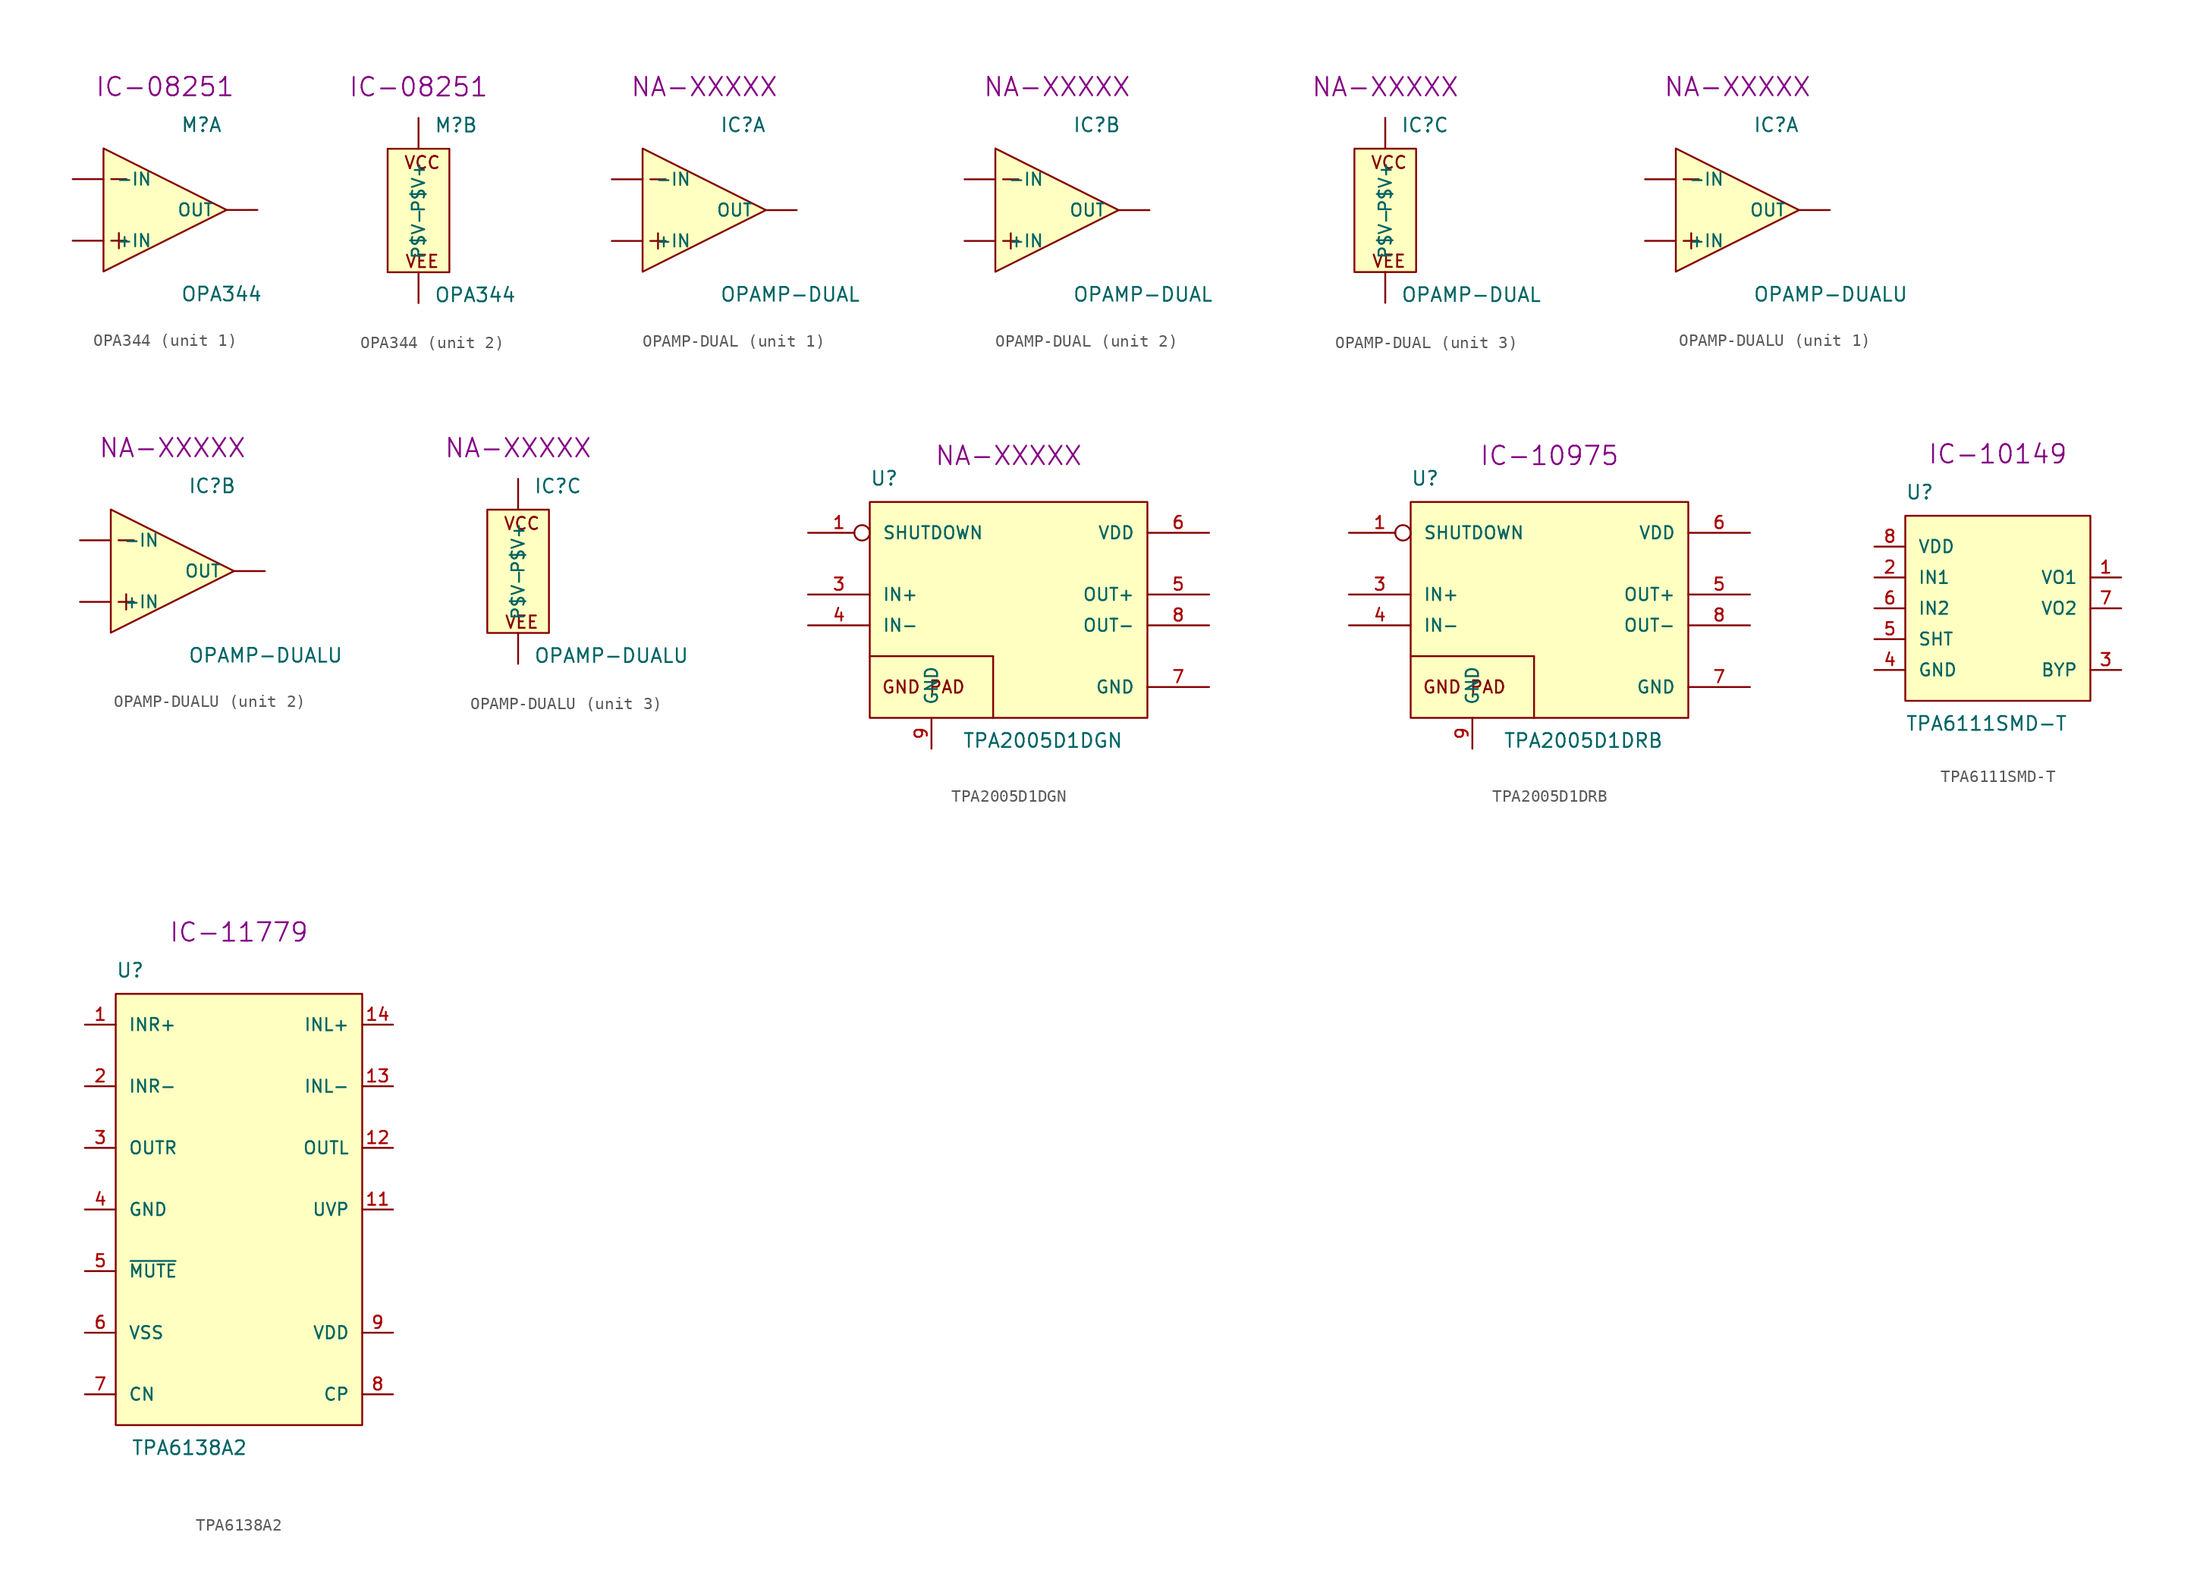
<source format=kicad_sym>
(kicad_symbol_lib
  (version 20201005)
  (generator kicad_symbol_editor)
  (symbol "OPA344"
    (pin_numbers hide)
    (pin_names
      (offset 1.016))
    (property "Reference" "M"
      (at 1.27 6.35 0)
      (effects (font (size 1.143 1.143)) (justify left bottom)))
    (property "Value" "OPA344"
      (at 1.27 -7.62 0)
      (effects (font (size 1.143 1.143)) (justify left bottom)))
    (property "Field4" "IC-08251"
      (at 0 10.16 0)
      (effects (font (size 1.524 1.524))))
    (property "ki_locked" ""
      (at 0 0 0)
      (effects (font (size 1.27 1.27))))
    (symbol "OPA344_1_0"
      (polyline (pts (xy -4.445 -2.54) (xy -3.175 -2.54)) (stroke (width 0)) (fill (type none)))
      (polyline (pts (xy -4.445 2.54) (xy -3.175 2.54)) (stroke (width 0)) (fill (type none)))
      (polyline (pts (xy -3.81 -1.905) (xy -3.81 -3.175)) (stroke (width 0)) (fill (type none))))
    (symbol "OPA344_1_1"
      (polyline (pts (xy 5.08 0) (xy -5.08 5.08) (xy -5.08 -5.08) (xy 5.08 0)) (stroke (width 0)) (fill (type background)))
      (pin output line (at 7.62 0 180) (length 2.54) (name "OUT" (effects (font (size 1.016 1.016)))) (number "1" (effects (font (size 1.016 1.016)))))
      (pin input line (at -7.62 -2.54 0) (length 2.54) (name "+IN" (effects (font (size 1.016 1.016)))) (number "3" (effects (font (size 1.016 1.016)))))
      (pin input line (at -7.62 2.54 0) (length 2.54) (name "-IN" (effects (font (size 1.016 1.016)))) (number "4" (effects (font (size 1.016 1.016))))))
    (symbol "OPA344_2_0"
      (text "VCC" (at 0.305 3.937 0) (effects (font (size 1.016 1.016))))
      (text "VEE" (at 0.305 -4.191 0) (effects (font (size 1.016 1.016)))))
    (symbol "OPA344_2_1"
      (polyline (pts (xy -2.54 5.08) (xy 2.54 5.08) (xy 2.54 -5.08) (xy -2.54 -5.08) (xy -2.54 5.08)) (stroke (width 0)) (fill (type background)))
      (pin bidirectional line (at 0 -7.62 90) (length 2.54) (name "P$V-" (effects (font (size 1.016 1.016)))) (number "2" (effects (font (size 1.016 1.016)))))
      (pin bidirectional line (at 0 7.62 270) (length 2.54) (name "P$V+" (effects (font (size 1.016 1.016)))) (number "5" (effects (font (size 1.016 1.016)))))))
  (symbol "OPAMP-DUAL"
    (pin_numbers hide)
    (pin_names
      (offset 1.016))
    (property "Reference" "IC"
      (at 1.27 6.35 0)
      (effects (font (size 1.143 1.143)) (justify left bottom)))
    (property "Value" "OPAMP-DUAL"
      (at 1.27 -7.62 0)
      (effects (font (size 1.143 1.143)) (justify left bottom)))
    (property "Field4" "NA-XXXXX"
      (at 0 10.16 0)
      (effects (font (size 1.524 1.524))))
    (property "ki_locked" ""
      (at 0 0 0)
      (effects (font (size 1.27 1.27))))
    (symbol "OPAMP-DUAL_1_0"
      (polyline (pts (xy -4.445 -2.54) (xy -3.175 -2.54)) (stroke (width 0)) (fill (type none)))
      (polyline (pts (xy -4.445 2.54) (xy -3.175 2.54)) (stroke (width 0)) (fill (type none)))
      (polyline (pts (xy -3.81 -1.905) (xy -3.81 -3.175)) (stroke (width 0)) (fill (type none))))
    (symbol "OPAMP-DUAL_1_1"
      (polyline (pts (xy 5.08 0) (xy -5.08 5.08) (xy -5.08 -5.08) (xy 5.08 0)) (stroke (width 0)) (fill (type background)))
      (pin output line (at 7.62 0 180) (length 2.54) (name "OUT" (effects (font (size 1.016 1.016)))) (number "1" (effects (font (size 1.016 1.016)))))
      (pin input line (at -7.62 2.54 0) (length 2.54) (name "-IN" (effects (font (size 1.016 1.016)))) (number "2" (effects (font (size 1.016 1.016)))))
      (pin input line (at -7.62 -2.54 0) (length 2.54) (name "+IN" (effects (font (size 1.016 1.016)))) (number "3" (effects (font (size 1.016 1.016))))))
    (symbol "OPAMP-DUAL_2_0"
      (polyline (pts (xy -4.445 -2.54) (xy -3.175 -2.54)) (stroke (width 0)) (fill (type none)))
      (polyline (pts (xy -4.445 2.54) (xy -3.175 2.54)) (stroke (width 0)) (fill (type none)))
      (polyline (pts (xy -3.81 -1.905) (xy -3.81 -3.175)) (stroke (width 0)) (fill (type none))))
    (symbol "OPAMP-DUAL_2_1"
      (polyline (pts (xy 5.08 0) (xy -5.08 5.08) (xy -5.08 -5.08) (xy 5.08 0)) (stroke (width 0)) (fill (type background)))
      (pin input line (at -7.62 -2.54 0) (length 2.54) (name "+IN" (effects (font (size 1.016 1.016)))) (number "5" (effects (font (size 1.016 1.016)))))
      (pin input line (at -7.62 2.54 0) (length 2.54) (name "-IN" (effects (font (size 1.016 1.016)))) (number "6" (effects (font (size 1.016 1.016)))))
      (pin output line (at 7.62 0 180) (length 2.54) (name "OUT" (effects (font (size 1.016 1.016)))) (number "7" (effects (font (size 1.016 1.016))))))
    (symbol "OPAMP-DUAL_3_0"
      (text "VCC" (at 0.305 3.937 0) (effects (font (size 1.016 1.016))))
      (text "VEE" (at 0.305 -4.191 0) (effects (font (size 1.016 1.016)))))
    (symbol "OPAMP-DUAL_3_1"
      (polyline (pts (xy -2.54 5.08) (xy 2.54 5.08) (xy 2.54 -5.08) (xy -2.54 -5.08) (xy -2.54 5.08)) (stroke (width 0)) (fill (type background)))
      (pin bidirectional line (at 0 -7.62 90) (length 2.54) (name "P$V-" (effects (font (size 1.016 1.016)))) (number "4" (effects (font (size 1.016 1.016)))))
      (pin bidirectional line (at 0 7.62 270) (length 2.54) (name "P$V+" (effects (font (size 1.016 1.016)))) (number "8" (effects (font (size 1.016 1.016)))))))
  (symbol "OPAMP-DUALU"
    (pin_numbers hide)
    (pin_names
      (offset 1.016))
    (property "Reference" "IC"
      (at 1.27 6.35 0)
      (effects (font (size 1.143 1.143)) (justify left bottom)))
    (property "Value" "OPAMP-DUALU"
      (at 1.27 -7.62 0)
      (effects (font (size 1.143 1.143)) (justify left bottom)))
    (property "Field4" "NA-XXXXX"
      (at 0 10.16 0)
      (effects (font (size 1.524 1.524))))
    (property "ki_locked" ""
      (at 0 0 0)
      (effects (font (size 1.27 1.27))))
    (symbol "OPAMP-DUALU_1_0"
      (polyline (pts (xy -4.445 -2.54) (xy -3.175 -2.54)) (stroke (width 0)) (fill (type none)))
      (polyline (pts (xy -4.445 2.54) (xy -3.175 2.54)) (stroke (width 0)) (fill (type none)))
      (polyline (pts (xy -3.81 -1.905) (xy -3.81 -3.175)) (stroke (width 0)) (fill (type none))))
    (symbol "OPAMP-DUALU_1_1"
      (polyline (pts (xy 5.08 0) (xy -5.08 5.08) (xy -5.08 -5.08) (xy 5.08 0)) (stroke (width 0)) (fill (type background)))
      (pin output line (at 7.62 0 180) (length 2.54) (name "OUT" (effects (font (size 1.016 1.016)))) (number "1" (effects (font (size 1.016 1.016)))))
      (pin input line (at -7.62 2.54 0) (length 2.54) (name "-IN" (effects (font (size 1.016 1.016)))) (number "2" (effects (font (size 1.016 1.016)))))
      (pin input line (at -7.62 -2.54 0) (length 2.54) (name "+IN" (effects (font (size 1.016 1.016)))) (number "3" (effects (font (size 1.016 1.016))))))
    (symbol "OPAMP-DUALU_2_0"
      (polyline (pts (xy -4.445 -2.54) (xy -3.175 -2.54)) (stroke (width 0)) (fill (type none)))
      (polyline (pts (xy -4.445 2.54) (xy -3.175 2.54)) (stroke (width 0)) (fill (type none)))
      (polyline (pts (xy -3.81 -1.905) (xy -3.81 -3.175)) (stroke (width 0)) (fill (type none))))
    (symbol "OPAMP-DUALU_2_1"
      (polyline (pts (xy 5.08 0) (xy -5.08 5.08) (xy -5.08 -5.08) (xy 5.08 0)) (stroke (width 0)) (fill (type background)))
      (pin input line (at -7.62 -2.54 0) (length 2.54) (name "+IN" (effects (font (size 1.016 1.016)))) (number "5" (effects (font (size 1.016 1.016)))))
      (pin input line (at -7.62 2.54 0) (length 2.54) (name "-IN" (effects (font (size 1.016 1.016)))) (number "6" (effects (font (size 1.016 1.016)))))
      (pin output line (at 7.62 0 180) (length 2.54) (name "OUT" (effects (font (size 1.016 1.016)))) (number "7" (effects (font (size 1.016 1.016))))))
    (symbol "OPAMP-DUALU_3_0"
      (text "VCC" (at 0.305 3.937 0) (effects (font (size 1.016 1.016))))
      (text "VEE" (at 0.305 -4.191 0) (effects (font (size 1.016 1.016)))))
    (symbol "OPAMP-DUALU_3_1"
      (polyline (pts (xy -2.54 5.08) (xy 2.54 5.08) (xy 2.54 -5.08) (xy -2.54 -5.08) (xy -2.54 5.08)) (stroke (width 0)) (fill (type background)))
      (pin bidirectional line (at 0 -7.62 90) (length 2.54) (name "P$V-" (effects (font (size 1.016 1.016)))) (number "4" (effects (font (size 1.016 1.016)))))
      (pin bidirectional line (at 0 7.62 270) (length 2.54) (name "P$V+" (effects (font (size 1.016 1.016)))) (number "8" (effects (font (size 1.016 1.016)))))))
  (symbol "TPA2005D1DGN"
    (pin_names
      (offset 1.016))
    (property "Reference" "U"
      (at -11.43 8.89 0)
      (effects (font (size 1.143 1.143)) (justify left bottom)))
    (property "Value" "TPA2005D1DGN"
      (at -3.81 -12.7 0)
      (effects (font (size 1.143 1.143)) (justify left bottom)))
    (property "Field4" "NA-XXXXX"
      (at 0 11.43 0)
      (effects (font (size 1.524 1.524))))
    (property "ki_locked" ""
      (at 0 0 0)
      (effects (font (size 1.27 1.27))))
    (symbol "TPA2005D1DGN_1_0"
      (text "GND PAD" (at -7.01 -7.62 0) (effects (font (size 1.016 1.016))))
      (polyline (pts (xy -11.43 -5.08) (xy -1.27 -5.08)) (stroke (width 0)) (fill (type none)))
      (polyline (pts (xy -1.27 -5.08) (xy -1.27 -10.16)) (stroke (width 0)) (fill (type none))))
    (symbol "TPA2005D1DGN_1_1"
      (polyline (pts (xy -11.43 7.62) (xy -11.43 -5.08) (xy -11.43 -10.16) (xy -1.27 -10.16) (xy 11.43 -10.16) (xy 11.43 7.62) (xy -11.43 7.62)) (stroke (width 0)) (fill (type background)))
      (pin input inverted (at -16.51 5.08 0) (length 5.08) (name "SHUTDOWN" (effects (font (size 1.016 1.016)))) (number "1" (effects (font (size 1.016 1.016)))))
      (pin bidirectional line (at -16.51 0 0) (length 5.08) (name "IN+" (effects (font (size 1.016 1.016)))) (number "3" (effects (font (size 1.016 1.016)))))
      (pin bidirectional line (at -16.51 -2.54 0) (length 5.08) (name "IN-" (effects (font (size 1.016 1.016)))) (number "4" (effects (font (size 1.016 1.016)))))
      (pin bidirectional line (at 16.51 0 180) (length 5.08) (name "OUT+" (effects (font (size 1.016 1.016)))) (number "5" (effects (font (size 1.016 1.016)))))
      (pin power_in line (at 16.51 5.08 180) (length 5.08) (name "VDD" (effects (font (size 1.016 1.016)))) (number "6" (effects (font (size 1.016 1.016)))))
      (pin power_in line (at 16.51 -7.62 180) (length 5.08) (name "GND" (effects (font (size 1.016 1.016)))) (number "7" (effects (font (size 1.016 1.016)))))
      (pin bidirectional line (at 16.51 -2.54 180) (length 5.08) (name "OUT-" (effects (font (size 1.016 1.016)))) (number "8" (effects (font (size 1.016 1.016)))))
      (pin power_in line (at -6.35 -12.7 90) (length 2.54) (name "GND" (effects (font (size 1.016 1.016)))) (number "9" (effects (font (size 1.016 1.016)))))))
  (symbol "TPA2005D1DRB"
    (pin_names
      (offset 1.016))
    (property "Reference" "U"
      (at -11.43 8.89 0)
      (effects (font (size 1.143 1.143)) (justify left bottom)))
    (property "Value" "TPA2005D1DRB"
      (at -3.81 -12.7 0)
      (effects (font (size 1.143 1.143)) (justify left bottom)))
    (property "Field4" "IC-10975"
      (at 0 11.43 0)
      (effects (font (size 1.524 1.524))))
    (property "ki_locked" ""
      (at 0 0 0)
      (effects (font (size 1.27 1.27))))
    (symbol "TPA2005D1DRB_1_0"
      (text "GND PAD" (at -7.01 -7.62 0) (effects (font (size 1.016 1.016))))
      (polyline (pts (xy -11.43 -5.08) (xy -1.27 -5.08)) (stroke (width 0)) (fill (type none)))
      (polyline (pts (xy -1.27 -5.08) (xy -1.27 -10.16)) (stroke (width 0)) (fill (type none))))
    (symbol "TPA2005D1DRB_1_1"
      (polyline (pts (xy -11.43 7.62) (xy -11.43 -5.08) (xy -11.43 -10.16) (xy -1.27 -10.16) (xy 11.43 -10.16) (xy 11.43 7.62) (xy -11.43 7.62)) (stroke (width 0)) (fill (type background)))
      (pin input inverted (at -16.51 5.08 0) (length 5.08) (name "SHUTDOWN" (effects (font (size 1.016 1.016)))) (number "1" (effects (font (size 1.016 1.016)))))
      (pin bidirectional line (at -16.51 0 0) (length 5.08) (name "IN+" (effects (font (size 1.016 1.016)))) (number "3" (effects (font (size 1.016 1.016)))))
      (pin bidirectional line (at -16.51 -2.54 0) (length 5.08) (name "IN-" (effects (font (size 1.016 1.016)))) (number "4" (effects (font (size 1.016 1.016)))))
      (pin bidirectional line (at 16.51 0 180) (length 5.08) (name "OUT+" (effects (font (size 1.016 1.016)))) (number "5" (effects (font (size 1.016 1.016)))))
      (pin power_in line (at 16.51 5.08 180) (length 5.08) (name "VDD" (effects (font (size 1.016 1.016)))) (number "6" (effects (font (size 1.016 1.016)))))
      (pin power_in line (at 16.51 -7.62 180) (length 5.08) (name "GND" (effects (font (size 1.016 1.016)))) (number "7" (effects (font (size 1.016 1.016)))))
      (pin bidirectional line (at 16.51 -2.54 180) (length 5.08) (name "OUT-" (effects (font (size 1.016 1.016)))) (number "8" (effects (font (size 1.016 1.016)))))
      (pin power_in line (at -6.35 -12.7 90) (length 2.54) (name "GND" (effects (font (size 1.016 1.016)))) (number "9" (effects (font (size 1.016 1.016)))))
      (pin power_in line (at -6.35 -12.7 90) (length 2.54) hide (name "GND" (effects (font (size 1.016 1.016)))) (number "10" (effects (font (size 1.016 1.016)))))
      (pin power_in line (at -6.35 -12.7 90) (length 2.54) hide (name "GND" (effects (font (size 1.016 1.016)))) (number "11" (effects (font (size 1.016 1.016)))))
      (pin power_in line (at -6.35 -12.7 90) (length 2.54) hide (name "GND" (effects (font (size 1.016 1.016)))) (number "12" (effects (font (size 1.016 1.016)))))
      (pin power_in line (at -6.35 -12.7 90) (length 2.54) hide (name "GND" (effects (font (size 1.016 1.016)))) (number "13" (effects (font (size 1.016 1.016)))))))
  (symbol "TPA6111SMD-T"
    (pin_names
      (offset 1.016))
    (property "Reference" "U"
      (at -7.62 6.35 0)
      (effects (font (size 1.143 1.143)) (justify left bottom)))
    (property "Value" "TPA6111SMD-T"
      (at -7.62 -12.7 0)
      (effects (font (size 1.143 1.143)) (justify left bottom)))
    (property "Field4" "IC-10149"
      (at 0 10.16 0)
      (effects (font (size 1.524 1.524))))
    (property "ki_locked" ""
      (at 0 0 0)
      (effects (font (size 1.27 1.27))))
    (symbol "TPA6111SMD-T_1_1"
      (polyline (pts (xy -7.62 5.08) (xy 7.62 5.08) (xy 7.62 -10.16) (xy -7.62 -10.16) (xy -7.62 5.08)) (stroke (width 0)) (fill (type background)))
      (pin bidirectional line (at 10.16 0 180) (length 2.54) (name "VO1" (effects (font (size 1.016 1.016)))) (number "1" (effects (font (size 1.016 1.016)))))
      (pin bidirectional line (at -10.16 0 0) (length 2.54) (name "IN1" (effects (font (size 1.016 1.016)))) (number "2" (effects (font (size 1.016 1.016)))))
      (pin bidirectional line (at 10.16 -7.62 180) (length 2.54) (name "BYP" (effects (font (size 1.016 1.016)))) (number "3" (effects (font (size 1.016 1.016)))))
      (pin bidirectional line (at -10.16 -7.62 0) (length 2.54) (name "GND" (effects (font (size 1.016 1.016)))) (number "4" (effects (font (size 1.016 1.016)))))
      (pin bidirectional line (at -10.16 -5.08 0) (length 2.54) (name "SHT" (effects (font (size 1.016 1.016)))) (number "5" (effects (font (size 1.016 1.016)))))
      (pin bidirectional line (at -10.16 -2.54 0) (length 2.54) (name "IN2" (effects (font (size 1.016 1.016)))) (number "6" (effects (font (size 1.016 1.016)))))
      (pin bidirectional line (at 10.16 -2.54 180) (length 2.54) (name "VO2" (effects (font (size 1.016 1.016)))) (number "7" (effects (font (size 1.016 1.016)))))
      (pin bidirectional line (at -10.16 2.54 0) (length 2.54) (name "VDD" (effects (font (size 1.016 1.016)))) (number "8" (effects (font (size 1.016 1.016)))))))
  (symbol "TPA6138A2"
    (pin_names
      (offset 1.016))
    (property "Reference" "U"
      (at -10.16 19.05 0)
      (effects (font (size 1.143 1.143)) (justify left bottom)))
    (property "Value" "TPA6138A2"
      (at -8.89 -20.32 0)
      (effects (font (size 1.143 1.143)) (justify left bottom)))
    (property "Field4" "IC-11779"
      (at 0 22.86 0)
      (effects (font (size 1.524 1.524))))
    (property "ki_locked" ""
      (at 0 0 0)
      (effects (font (size 1.27 1.27))))
    (symbol "TPA6138A2_1_1"
      (polyline (pts (xy -10.16 17.78) (xy 10.16 17.78) (xy 10.16 -17.78) (xy -10.16 -17.78) (xy -10.16 17.78)) (stroke (width 0)) (fill (type background)))
      (pin bidirectional line (at -12.7 15.24 0) (length 2.54) (name "INR+" (effects (font (size 1.016 1.016)))) (number "1" (effects (font (size 1.016 1.016)))))
      (pin bidirectional line (at -12.7 10.16 0) (length 2.54) (name "INR-" (effects (font (size 1.016 1.016)))) (number "2" (effects (font (size 1.016 1.016)))))
      (pin bidirectional line (at -12.7 5.08 0) (length 2.54) (name "OUTR" (effects (font (size 1.016 1.016)))) (number "3" (effects (font (size 1.016 1.016)))))
      (pin bidirectional line (at -12.7 0 0) (length 2.54) (name "GND" (effects (font (size 1.016 1.016)))) (number "4" (effects (font (size 1.016 1.016)))))
      (pin bidirectional line (at -12.7 -5.08 0) (length 2.54) (name "~MUTE" (effects (font (size 1.016 1.016)))) (number "5" (effects (font (size 1.016 1.016)))))
      (pin bidirectional line (at -12.7 -10.16 0) (length 2.54) (name "VSS" (effects (font (size 1.016 1.016)))) (number "6" (effects (font (size 1.016 1.016)))))
      (pin bidirectional line (at -12.7 -15.24 0) (length 2.54) (name "CN" (effects (font (size 1.016 1.016)))) (number "7" (effects (font (size 1.016 1.016)))))
      (pin bidirectional line (at 12.7 -15.24 180) (length 2.54) (name "CP" (effects (font (size 1.016 1.016)))) (number "8" (effects (font (size 1.016 1.016)))))
      (pin bidirectional line (at 12.7 -10.16 180) (length 2.54) (name "VDD" (effects (font (size 1.016 1.016)))) (number "9" (effects (font (size 1.016 1.016)))))
      (pin bidirectional line (at -12.7 0 0) (length 2.54) hide (name "GND" (effects (font (size 1.016 1.016)))) (number "10" (effects (font (size 1.016 1.016)))))
      (pin bidirectional line (at 12.7 0 180) (length 2.54) (name "UVP" (effects (font (size 1.016 1.016)))) (number "11" (effects (font (size 1.016 1.016)))))
      (pin bidirectional line (at 12.7 5.08 180) (length 2.54) (name "OUTL" (effects (font (size 1.016 1.016)))) (number "12" (effects (font (size 1.016 1.016)))))
      (pin bidirectional line (at 12.7 10.16 180) (length 2.54) (name "INL-" (effects (font (size 1.016 1.016)))) (number "13" (effects (font (size 1.016 1.016)))))
      (pin bidirectional line (at 12.7 15.24 180) (length 2.54) (name "INL+" (effects (font (size 1.016 1.016)))) (number "14" (effects (font (size 1.016 1.016))))))))
</source>
